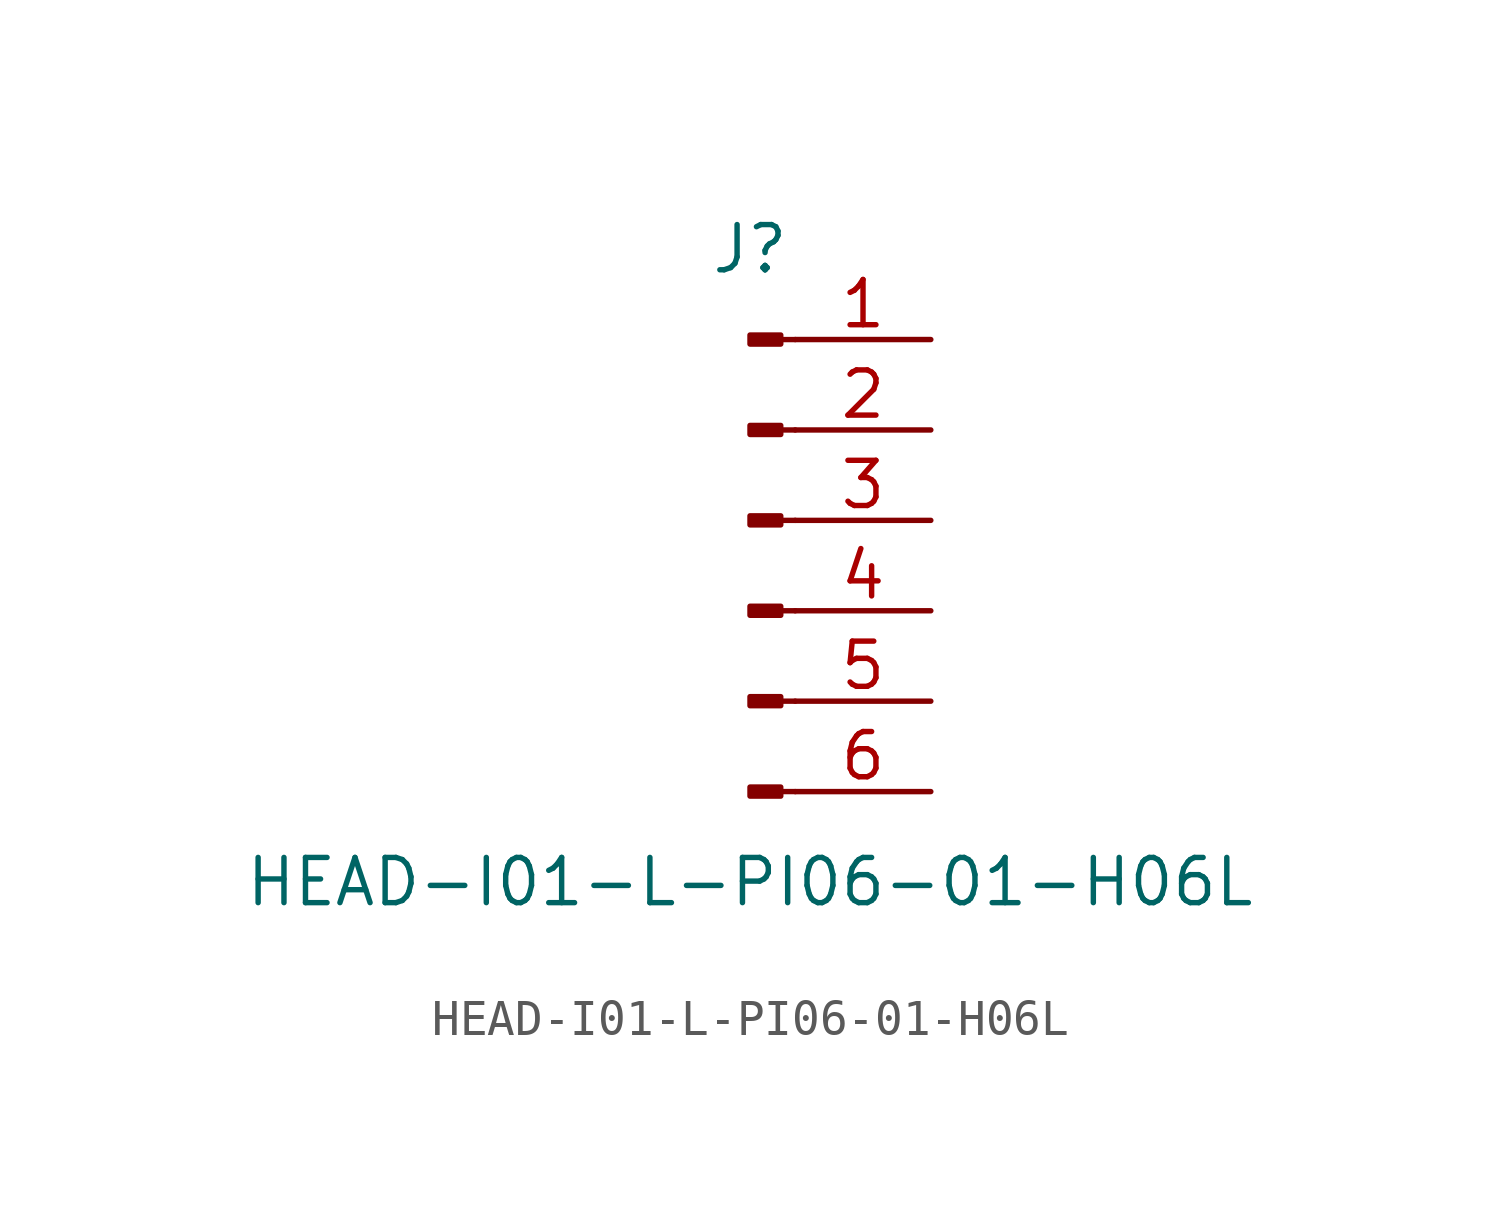
<source format=kicad_sym>
(kicad_symbol_lib
  (version 20211014)
  (generator kicad_symbol_editor)
  (symbol "HEAD-I01-L-PI06-01-H06L"
    (pin_names
      (offset 1.016) hide)
    (property "Reference" "J"
      (at 0 7.62 0)
      (effects (font (size 1.27 1.27))))
    (property "Value" "HEAD-I01-L-PI06-01-H06L"
      (at 0 -10.16 0)
      (effects (font (size 1.27 1.27))))
    (symbol "HEAD-I01-L-PI06-01-H06L_1_1"
      (polyline (pts (xy 1.27 -7.62) (xy 0.864 -7.62)) (stroke (width 0.152) (type default) (color 0 0 0 0)) (fill (type none)))
      (polyline (pts (xy 1.27 -5.08) (xy 0.864 -5.08)) (stroke (width 0.152) (type default) (color 0 0 0 0)) (fill (type none)))
      (polyline (pts (xy 1.27 -2.54) (xy 0.864 -2.54)) (stroke (width 0.152) (type default) (color 0 0 0 0)) (fill (type none)))
      (polyline (pts (xy 1.27 0) (xy 0.864 0)) (stroke (width 0.152) (type default) (color 0 0 0 0)) (fill (type none)))
      (polyline (pts (xy 1.27 2.54) (xy 0.864 2.54)) (stroke (width 0.152) (type default) (color 0 0 0 0)) (fill (type none)))
      (polyline (pts (xy 1.27 5.08) (xy 0.864 5.08)) (stroke (width 0.152) (type default) (color 0 0 0 0)) (fill (type none)))
      (rectangle (start 0.864 -7.493) (end 0 -7.747) (stroke (width 0.152) (type default) (color 0 0 0 0)) (fill (type outline)))
      (rectangle (start 0.864 -4.953) (end 0 -5.207) (stroke (width 0.152) (type default) (color 0 0 0 0)) (fill (type outline)))
      (rectangle (start 0.864 -2.413) (end 0 -2.667) (stroke (width 0.152) (type default) (color 0 0 0 0)) (fill (type outline)))
      (rectangle (start 0.864 0.127) (end 0 -0.127) (stroke (width 0.152) (type default) (color 0 0 0 0)) (fill (type outline)))
      (rectangle (start 0.864 2.667) (end 0 2.413) (stroke (width 0.152) (type default) (color 0 0 0 0)) (fill (type outline)))
      (rectangle (start 0.864 5.207) (end 0 4.953) (stroke (width 0.152) (type default) (color 0 0 0 0)) (fill (type outline)))
      (pin passive line (at 5.08 5.08 180) (length 3.81) (name "Pin_1" (effects (font (size 1.27 1.27)))) (number "1" (effects (font (size 1.27 1.27)))))
      (pin passive line (at 5.08 2.54 180) (length 3.81) (name "Pin_2" (effects (font (size 1.27 1.27)))) (number "2" (effects (font (size 1.27 1.27)))))
      (pin passive line (at 5.08 0 180) (length 3.81) (name "Pin_3" (effects (font (size 1.27 1.27)))) (number "3" (effects (font (size 1.27 1.27)))))
      (pin passive line (at 5.08 -2.54 180) (length 3.81) (name "Pin_4" (effects (font (size 1.27 1.27)))) (number "4" (effects (font (size 1.27 1.27)))))
      (pin passive line (at 5.08 -5.08 180) (length 3.81) (name "Pin_5" (effects (font (size 1.27 1.27)))) (number "5" (effects (font (size 1.27 1.27)))))
      (pin passive line (at 5.08 -7.62 180) (length 3.81) (name "Pin_6" (effects (font (size 1.27 1.27)))) (number "6" (effects (font (size 1.27 1.27))))))))
</source>
